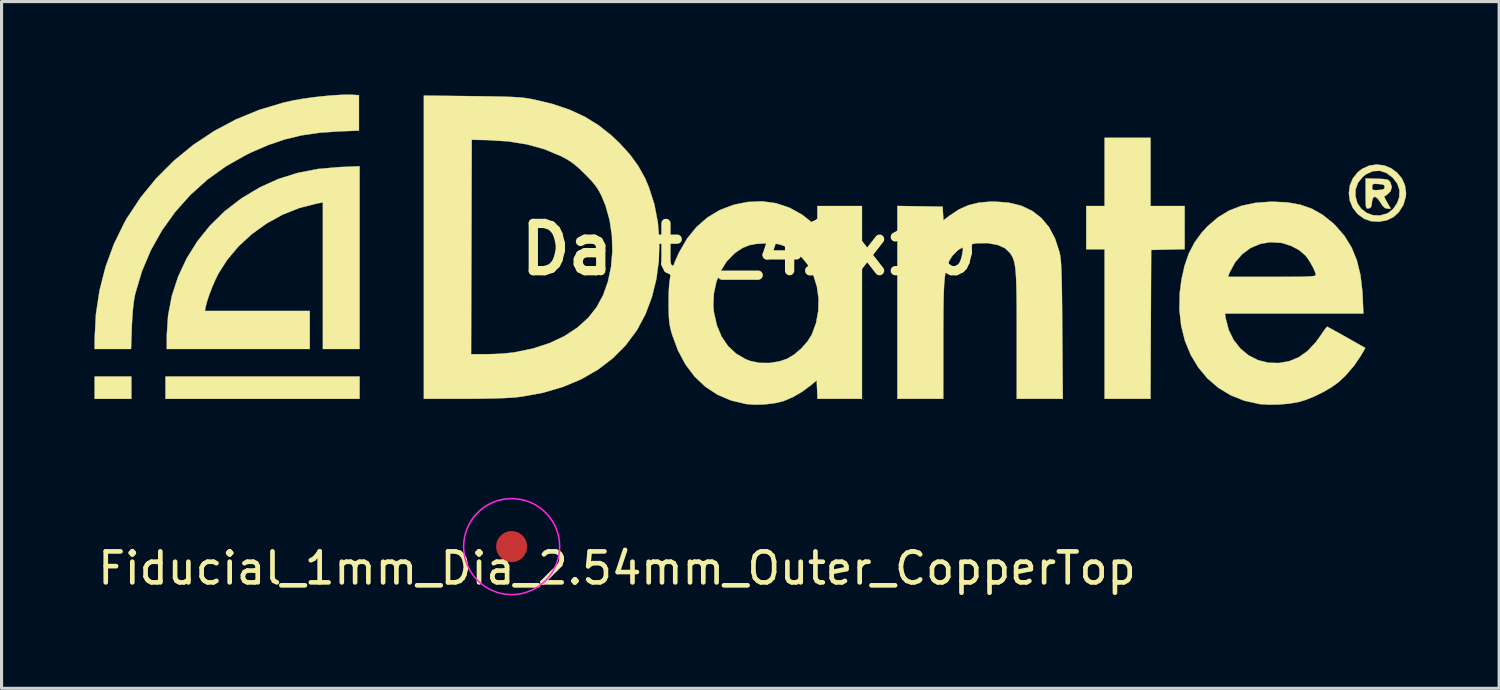
<source format=kicad_pcb>
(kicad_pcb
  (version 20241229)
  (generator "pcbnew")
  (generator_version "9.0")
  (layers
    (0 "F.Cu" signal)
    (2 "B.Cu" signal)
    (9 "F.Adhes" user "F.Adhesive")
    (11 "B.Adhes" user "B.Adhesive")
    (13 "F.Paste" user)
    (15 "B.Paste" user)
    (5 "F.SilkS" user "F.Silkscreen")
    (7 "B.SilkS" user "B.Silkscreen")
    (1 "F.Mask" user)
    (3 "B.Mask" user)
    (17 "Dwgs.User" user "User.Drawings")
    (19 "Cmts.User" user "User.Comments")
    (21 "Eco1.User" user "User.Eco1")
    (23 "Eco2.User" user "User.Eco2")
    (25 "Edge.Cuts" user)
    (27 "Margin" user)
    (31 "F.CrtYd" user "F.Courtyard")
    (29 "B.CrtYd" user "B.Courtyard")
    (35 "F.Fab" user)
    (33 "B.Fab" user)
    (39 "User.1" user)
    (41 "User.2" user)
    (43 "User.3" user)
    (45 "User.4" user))
  (footprint "Dante_42x10"
    (layer "F.Cu")
    (at 21.129 4.996)
    (property "Reference" "Dante_42x10" (at 0 0 0) (layer "F.SilkS") (effects (font (size 1.524 1.524) (thickness 0.3))))
    (attr through_hole)
    (fp_poly (pts (xy -19.939 4.826) (xy -21.124 4.826) (xy -21.124 4.106) (xy -19.939 4.106) (xy -19.939 4.826)) (stroke (width 0.01) (type solid)) (fill yes) (layer "F.SilkS"))
    (fp_poly (pts (xy -12.573 4.826) (xy -18.838 4.826) (xy -18.838 4.106) (xy -12.573 4.106) (xy -12.573 4.826)) (stroke (width 0.01) (type solid)) (fill yes) (layer "F.SilkS"))
    (fp_poly (pts (xy 12.954 -1.397) (xy 14.055 -1.397) (xy 14.055 -0.003) (xy 13.515 0.009) (xy 12.975 0.021) (xy 12.964 2.424) (xy 12.953 4.826) (xy 11.472 4.826) (xy 11.472 0) (xy 10.88 0) (xy 10.88 -1.397) (xy 11.472 -1.397) (xy 11.472 -3.598) (xy 12.954 -3.598) (xy 12.954 -1.397)) (stroke (width 0.01) (type solid)) (fill yes) (layer "F.SilkS"))
    (fp_poly (pts (xy -12.573 3.217) (xy -13.758 3.217) (xy -13.758 -1.513) (xy -13.959 -1.476) (xy -14.519 -1.333) (xy -15.061 -1.117) (xy -15.575 -0.833) (xy -16.052 -0.49) (xy -16.48 -0.096) (xy -16.848 0.343) (xy -17.122 0.771) (xy -17.221 0.969) (xy -17.323 1.203) (xy -17.417 1.445) (xy -17.492 1.668) (xy -17.539 1.845) (xy -17.54 1.852) (xy -17.566 1.99) (xy -14.182 1.99) (xy -14.182 3.217) (xy -18.796 3.217) (xy -18.796 2.783) (xy -18.754 2.134) (xy -18.632 1.5) (xy -18.432 0.887) (xy -18.158 0.301) (xy -17.815 -0.25) (xy -17.405 -0.761) (xy -16.932 -1.225) (xy -16.399 -1.635) (xy -16.369 -1.655) (xy -15.792 -2) (xy -15.197 -2.269) (xy -14.575 -2.465) (xy -13.917 -2.593) (xy -13.219 -2.654) (xy -12.573 -2.68) (xy -12.573 3.217)) (stroke (width 0.01) (type solid)) (fill yes) (layer "F.SilkS"))
    (fp_poly (pts (xy -12.827 -4.988) (xy -12.594 -4.974) (xy -12.594 -3.831) (xy -13.271 -3.804) (xy -13.889 -3.76) (xy -14.452 -3.676) (xy -14.988 -3.547) (xy -15.52 -3.366) (xy -16.072 -3.127) (xy -16.235 -3.048) (xy -16.886 -2.68) (xy -17.487 -2.248) (xy -18.034 -1.756) (xy -18.522 -1.21) (xy -18.948 -0.615) (xy -19.307 0.023) (xy -19.594 0.698) (xy -19.806 1.406) (xy -19.833 1.524) (xy -19.861 1.69) (xy -19.887 1.917) (xy -19.908 2.181) (xy -19.924 2.46) (xy -19.926 2.529) (xy -19.95 3.217) (xy -21.124 3.217) (xy -21.124 2.889) (xy -21.084 2.1) (xy -20.966 1.321) (xy -20.771 0.562) (xy -20.504 -0.168) (xy -20.166 -0.858) (xy -20.087 -0.997) (xy -19.642 -1.671) (xy -19.133 -2.294) (xy -18.564 -2.861) (xy -17.942 -3.37) (xy -17.272 -3.815) (xy -16.56 -4.194) (xy -15.811 -4.501) (xy -15.03 -4.734) (xy -14.712 -4.805) (xy -14.432 -4.855) (xy -14.117 -4.9) (xy -13.787 -4.938) (xy -13.464 -4.967) (xy -13.169 -4.985) (xy -12.925 -4.991) (xy -12.827 -4.988)) (stroke (width 0.01) (type solid)) (fill yes) (layer "F.SilkS"))
    (fp_poly (pts (xy 20.499 -2.705) (xy 20.722 -2.614) (xy 20.916 -2.471) (xy 21.068 -2.285) (xy 21.167 -2.062) (xy 21.201 -1.811) (xy 21.192 -1.699) (xy 21.116 -1.434) (xy 20.969 -1.201) (xy 20.794 -1.04) (xy 20.576 -0.935) (xy 20.325 -0.89) (xy 20.07 -0.908) (xy 19.857 -0.982) (xy 19.639 -1.138) (xy 19.482 -1.338) (xy 19.387 -1.568) (xy 19.369 -1.71) (xy 19.569 -1.71) (xy 19.632 -1.486) (xy 19.758 -1.305) (xy 19.93 -1.174) (xy 20.135 -1.1) (xy 20.357 -1.091) (xy 20.582 -1.154) (xy 20.637 -1.182) (xy 20.787 -1.306) (xy 20.909 -1.481) (xy 20.979 -1.673) (xy 20.98 -1.677) (xy 20.989 -1.909) (xy 20.921 -2.116) (xy 20.773 -2.31) (xy 20.77 -2.313) (xy 20.569 -2.464) (xy 20.354 -2.534) (xy 20.135 -2.522) (xy 19.922 -2.429) (xy 19.812 -2.344) (xy 19.653 -2.153) (xy 19.573 -1.935) (xy 19.569 -1.71) (xy 19.369 -1.71) (xy 19.356 -1.813) (xy 19.387 -2.058) (xy 19.483 -2.288) (xy 19.645 -2.49) (xy 19.777 -2.593) (xy 20.014 -2.702) (xy 20.259 -2.737) (xy 20.499 -2.705)) (stroke (width 0.01) (type solid)) (fill yes) (layer "F.SilkS"))
    (fp_poly (pts (xy 20.266 -2.277) (xy 20.444 -2.27) (xy 20.558 -2.258) (xy 20.626 -2.236) (xy 20.669 -2.198) (xy 20.698 -2.151) (xy 20.741 -2.006) (xy 20.7 -1.873) (xy 20.578 -1.755) (xy 20.496 -1.707) (xy 20.508 -1.67) (xy 20.552 -1.583) (xy 20.595 -1.506) (xy 20.709 -1.312) (xy 20.601 -1.312) (xy 20.521 -1.332) (xy 20.447 -1.402) (xy 20.381 -1.503) (xy 20.285 -1.638) (xy 20.205 -1.695) (xy 20.144 -1.673) (xy 20.107 -1.572) (xy 20.1 -1.513) (xy 20.084 -1.396) (xy 20.049 -1.339) (xy 19.992 -1.32) (xy 19.951 -1.317) (xy 19.924 -1.332) (xy 19.908 -1.377) (xy 19.9 -1.468) (xy 19.897 -1.618) (xy 19.897 -1.798) (xy 19.897 -2.011) (xy 20.108 -2.011) (xy 20.114 -1.945) (xy 20.146 -1.914) (xy 20.228 -1.909) (xy 20.309 -1.913) (xy 20.433 -1.927) (xy 20.493 -1.954) (xy 20.51 -2.004) (xy 20.511 -2.011) (xy 20.497 -2.064) (xy 20.442 -2.093) (xy 20.326 -2.107) (xy 20.309 -2.108) (xy 20.188 -2.113) (xy 20.129 -2.099) (xy 20.11 -2.056) (xy 20.108 -2.011) (xy 19.897 -2.011) (xy 19.897 -2.289) (xy 20.266 -2.277)) (stroke (width 0.01) (type solid)) (fill yes) (layer "F.SilkS"))
    (fp_poly (pts (xy 8.376 -1.506) (xy 8.782 -1.406) (xy 9.134 -1.24) (xy 9.433 -1.009) (xy 9.679 -0.712) (xy 9.872 -0.348) (xy 10.013 0.082) (xy 10.02 0.11) (xy 10.036 0.187) (xy 10.049 0.281) (xy 10.061 0.397) (xy 10.071 0.544) (xy 10.079 0.729) (xy 10.086 0.96) (xy 10.092 1.243) (xy 10.097 1.587) (xy 10.101 1.999) (xy 10.105 2.487) (xy 10.106 2.614) (xy 10.123 4.826) (xy 8.636 4.826) (xy 8.636 2.782) (xy 8.636 2.271) (xy 8.634 1.837) (xy 8.63 1.473) (xy 8.624 1.172) (xy 8.615 0.925) (xy 8.602 0.726) (xy 8.585 0.567) (xy 8.563 0.441) (xy 8.535 0.339) (xy 8.502 0.256) (xy 8.461 0.183) (xy 8.42 0.121) (xy 8.259 -0.033) (xy 8.028 -0.138) (xy 7.729 -0.195) (xy 7.664 -0.2) (xy 7.313 -0.193) (xy 7.009 -0.121) (xy 6.757 0.013) (xy 6.56 0.208) (xy 6.471 0.35) (xy 6.425 0.447) (xy 6.387 0.547) (xy 6.355 0.658) (xy 6.329 0.788) (xy 6.309 0.947) (xy 6.293 1.14) (xy 6.282 1.378) (xy 6.274 1.667) (xy 6.269 2.016) (xy 6.267 2.433) (xy 6.266 2.927) (xy 6.266 2.953) (xy 6.265 4.826) (xy 4.784 4.826) (xy 4.784 -1.399) (xy 6.244 -1.376) (xy 6.27 -0.935) (xy 6.464 -1.084) (xy 6.767 -1.285) (xy 7.076 -1.423) (xy 7.41 -1.506) (xy 7.793 -1.539) (xy 7.917 -1.54) (xy 8.376 -1.506)) (stroke (width 0.01) (type solid)) (fill yes) (layer "F.SilkS"))
    (fp_poly (pts (xy -8.943 -4.943) (xy -8.527 -4.938) (xy -8.185 -4.932) (xy -7.906 -4.926) (xy -7.679 -4.918) (xy -7.494 -4.908) (xy -7.34 -4.896) (xy -7.205 -4.88) (xy -7.08 -4.86) (xy -6.954 -4.836) (xy -6.934 -4.832) (xy -6.329 -4.685) (xy -5.792 -4.503) (xy -5.309 -4.28) (xy -4.867 -4.008) (xy -4.453 -3.682) (xy -4.17 -3.414) (xy -3.839 -3.048) (xy -3.575 -2.683) (xy -3.361 -2.295) (xy -3.242 -2.019) (xy -3.06 -1.455) (xy -2.946 -0.862) (xy -2.898 -0.254) (xy -2.915 0.358) (xy -2.995 0.961) (xy -3.139 1.542) (xy -3.344 2.089) (xy -3.61 2.59) (xy -3.633 2.625) (xy -3.987 3.1) (xy -4.405 3.521) (xy -4.883 3.885) (xy -5.418 4.193) (xy -6.009 4.441) (xy -6.65 4.629) (xy -7.34 4.755) (xy -7.572 4.782) (xy -7.731 4.793) (xy -7.959 4.804) (xy -8.239 4.813) (xy -8.557 4.82) (xy -8.895 4.824) (xy -9.238 4.826) (xy -9.254 4.826) (xy -10.499 4.826) (xy -10.499 3.387) (xy -8.975 3.387) (xy -8.477 3.386) (xy -8.226 3.38) (xy -7.955 3.365) (xy -7.704 3.341) (xy -7.578 3.325) (xy -6.985 3.204) (xy -6.446 3.029) (xy -5.965 2.803) (xy -5.545 2.528) (xy -5.19 2.206) (xy -4.926 1.872) (xy -4.713 1.48) (xy -4.557 1.038) (xy -4.457 0.561) (xy -4.414 0.063) (xy -4.43 -0.442) (xy -4.504 -0.94) (xy -4.637 -1.416) (xy -4.768 -1.731) (xy -4.855 -1.896) (xy -4.953 -2.046) (xy -5.081 -2.2) (xy -5.252 -2.381) (xy -5.308 -2.436) (xy -5.496 -2.617) (xy -5.654 -2.752) (xy -5.807 -2.86) (xy -5.98 -2.958) (xy -6.096 -3.017) (xy -6.612 -3.231) (xy -7.174 -3.387) (xy -7.786 -3.484) (xy -8.445 -3.525) (xy -8.954 -3.535) (xy -8.964 -0.074) (xy -8.975 3.387) (xy -10.499 3.387) (xy -10.499 -4.961) (xy -8.943 -4.943)) (stroke (width 0.01) (type solid)) (fill yes) (layer "F.SilkS"))
    (fp_poly (pts (xy 0.869 -1.487) (xy 1.298 -1.344) (xy 1.702 -1.121) (xy 2.033 -0.862) (xy 2.201 -0.71) (xy 2.201 -1.397) (xy 3.641 -1.397) (xy 3.641 4.826) (xy 2.205 4.826) (xy 2.193 4.527) (xy 2.18 4.228) (xy 2.001 4.381) (xy 1.726 4.587) (xy 1.424 4.764) (xy 1.127 4.892) (xy 1.076 4.909) (xy 0.798 4.972) (xy 0.479 5.008) (xy 0.158 5.015) (xy -0.104 4.993) (xy -0.585 4.879) (xy -1.022 4.692) (xy -1.414 4.436) (xy -1.758 4.111) (xy -2.054 3.72) (xy -2.298 3.264) (xy -2.481 2.771) (xy -2.527 2.613) (xy -2.558 2.474) (xy -2.579 2.332) (xy -2.592 2.167) (xy -2.598 1.956) (xy -2.599 1.82) (xy -1.157 1.82) (xy -1.138 2.028) (xy -1.045 2.446) (xy -0.893 2.812) (xy -0.684 3.12) (xy -0.422 3.367) (xy -0.109 3.549) (xy 0.038 3.605) (xy 0.332 3.665) (xy 0.655 3.669) (xy 0.975 3.618) (xy 1.22 3.535) (xy 1.451 3.398) (xy 1.679 3.205) (xy 1.877 2.982) (xy 2.021 2.755) (xy 2.022 2.752) (xy 2.159 2.38) (xy 2.231 1.988) (xy 2.24 1.59) (xy 2.186 1.202) (xy 2.072 0.837) (xy 1.901 0.51) (xy 1.713 0.276) (xy 1.551 0.137) (xy 1.351 0.005) (xy 1.237 -0.056) (xy 1.097 -0.119) (xy 0.98 -0.158) (xy 0.859 -0.18) (xy 0.706 -0.188) (xy 0.529 -0.19) (xy 0.237 -0.176) (xy 0.001 -0.132) (xy -0.207 -0.047) (xy -0.411 0.086) (xy -0.489 0.148) (xy -0.729 0.397) (xy -0.921 0.703) (xy -1.059 1.052) (xy -1.14 1.43) (xy -1.157 1.82) (xy -2.599 1.82) (xy -2.6 1.736) (xy -2.596 1.387) (xy -2.578 1.1) (xy -2.54 0.85) (xy -2.477 0.616) (xy -2.386 0.373) (xy -2.264 0.106) (xy -2.008 -0.34) (xy -1.701 -0.718) (xy -1.346 -1.028) (xy -0.944 -1.269) (xy -0.499 -1.437) (xy -0.056 -1.527) (xy 0.417 -1.548) (xy 0.869 -1.487)) (stroke (width 0.01) (type solid)) (fill yes) (layer "F.SilkS"))
    (fp_poly (pts (xy 17.368 -1.514) (xy 17.788 -1.44) (xy 18.164 -1.308) (xy 18.509 -1.113) (xy 18.835 -0.851) (xy 18.927 -0.763) (xy 19.215 -0.43) (xy 19.443 -0.06) (xy 19.613 0.355) (xy 19.728 0.823) (xy 19.791 1.351) (xy 19.8 1.513) (xy 19.824 2.074) (xy 15.356 2.074) (xy 15.383 2.239) (xy 15.479 2.606) (xy 15.639 2.93) (xy 15.855 3.204) (xy 16.118 3.422) (xy 16.421 3.577) (xy 16.756 3.661) (xy 17.09 3.671) (xy 17.432 3.611) (xy 17.74 3.483) (xy 18.021 3.283) (xy 18.282 3.006) (xy 18.44 2.788) (xy 18.531 2.654) (xy 18.604 2.553) (xy 18.647 2.501) (xy 18.653 2.498) (xy 18.694 2.517) (xy 18.796 2.572) (xy 18.947 2.655) (xy 19.133 2.759) (xy 19.279 2.841) (xy 19.886 3.185) (xy 19.754 3.416) (xy 19.525 3.756) (xy 19.244 4.08) (xy 19.008 4.3) (xy 18.793 4.453) (xy 18.527 4.608) (xy 18.239 4.749) (xy 17.958 4.862) (xy 17.738 4.928) (xy 17.437 4.98) (xy 17.103 5.009) (xy 16.773 5.015) (xy 16.482 4.996) (xy 16.464 4.993) (xy 15.981 4.887) (xy 15.539 4.71) (xy 15.141 4.469) (xy 14.792 4.168) (xy 14.495 3.812) (xy 14.252 3.408) (xy 14.067 2.961) (xy 13.944 2.475) (xy 13.886 1.956) (xy 13.897 1.411) (xy 13.951 0.991) (xy 13.973 0.889) (xy 15.454 0.889) (xy 16.871 0.889) (xy 17.258 0.889) (xy 17.569 0.887) (xy 17.812 0.885) (xy 17.994 0.88) (xy 18.124 0.873) (xy 18.21 0.864) (xy 18.261 0.852) (xy 18.284 0.837) (xy 18.288 0.824) (xy 18.265 0.732) (xy 18.205 0.598) (xy 18.122 0.445) (xy 18.029 0.299) (xy 17.952 0.2) (xy 17.758 0.032) (xy 17.507 -0.104) (xy 17.226 -0.196) (xy 17.165 -0.208) (xy 16.819 -0.23) (xy 16.489 -0.173) (xy 16.184 -0.043) (xy 15.914 0.155) (xy 15.688 0.415) (xy 15.515 0.731) (xy 15.493 0.785) (xy 15.454 0.889) (xy 13.973 0.889) (xy 14.053 0.53) (xy 14.191 0.132) (xy 14.374 -0.219) (xy 14.609 -0.54) (xy 14.796 -0.743) (xy 15.128 -1.03) (xy 15.49 -1.25) (xy 15.89 -1.405) (xy 16.336 -1.499) (xy 16.839 -1.536) (xy 16.891 -1.536) (xy 17.368 -1.514)) (stroke (width 0.01) (type solid)) (fill yes) (layer "F.SilkS")))
  (footprint "Fiducial_1mm_Dia_2.54mm_Outer_CopperTop"
    (layer "F.Cu")
    (at 13.463 14.591)
    (property "Reference" "Fiducial_1mm_Dia_2.54mm_Outer_CopperTop" (at 3.4 0.7 0) (layer "F.SilkS") (effects (font (size 1 1) (thickness 0.15))))
    (attr smd)
    (fp_circle (center 0 0) (end 1.55 0) (stroke (width 0.05) (type solid)) (fill no) (layer "F.CrtYd"))
    (pad "~" smd circle (at 0 0) (size 1 1) (layers "F.Cu" "F.Mask")))
  (gr_rect
    (start -3 -3)
    (end 45.335 19.166)
    (stroke (width 0.1) (type default))
    (fill no)
    (layer "Edge.Cuts")))
</source>
